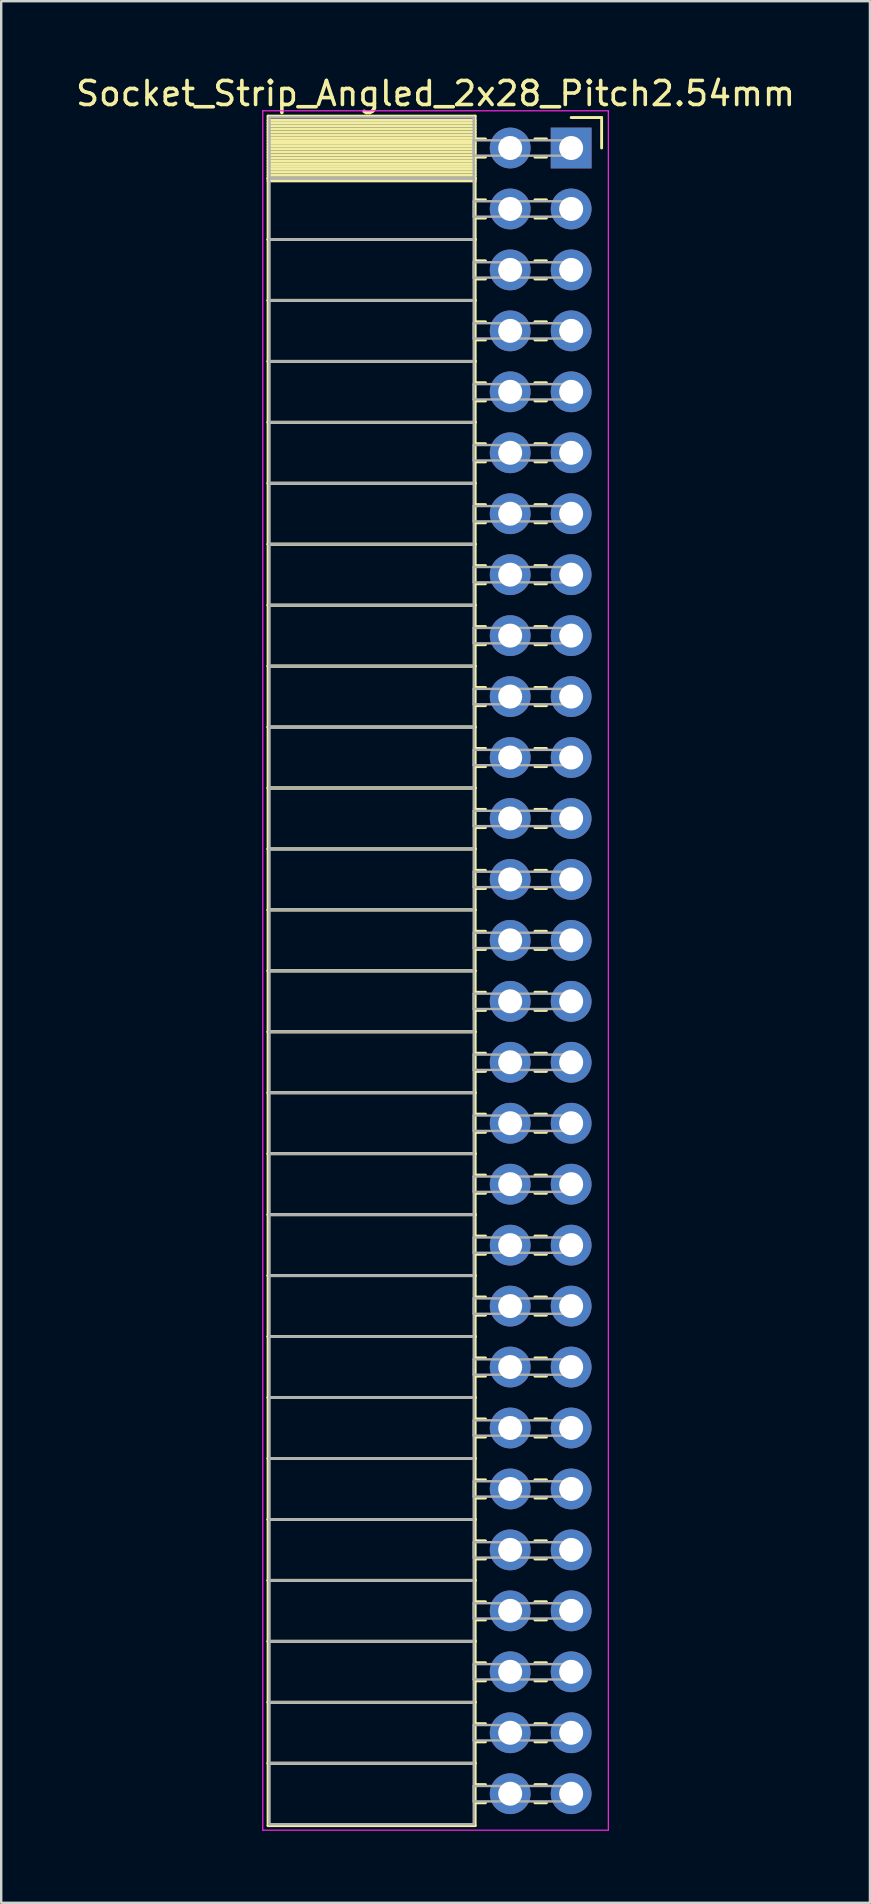
<source format=kicad_pcb>
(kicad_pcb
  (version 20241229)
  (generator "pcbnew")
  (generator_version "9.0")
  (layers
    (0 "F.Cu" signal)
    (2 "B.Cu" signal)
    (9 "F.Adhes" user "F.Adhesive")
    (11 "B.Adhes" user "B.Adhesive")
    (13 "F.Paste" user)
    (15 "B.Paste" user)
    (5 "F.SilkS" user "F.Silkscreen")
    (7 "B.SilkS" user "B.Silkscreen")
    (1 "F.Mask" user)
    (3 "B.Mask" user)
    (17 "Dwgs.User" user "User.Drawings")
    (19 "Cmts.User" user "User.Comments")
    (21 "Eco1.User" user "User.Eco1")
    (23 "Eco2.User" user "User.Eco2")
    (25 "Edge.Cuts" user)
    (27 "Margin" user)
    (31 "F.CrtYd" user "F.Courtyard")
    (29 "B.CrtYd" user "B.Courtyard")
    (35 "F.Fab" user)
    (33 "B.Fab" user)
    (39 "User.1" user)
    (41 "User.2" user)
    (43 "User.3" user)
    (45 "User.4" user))
  (footprint "Socket_Strip_Angled_2x28_Pitch2.54mm"
    (layer "F.Cu")
    (at 20.751 3.118)
    (property "Reference" "Socket_Strip_Angled_2x28_Pitch2.54mm" (at -5.65 -2.27 0) (layer "F.SilkS") (effects (font (size 1 1) (thickness 0.15))))
    (attr through_hole)
    (fp_line (start -12.63 -1.33) (end -4 -1.33) (stroke (width 0.12) (type solid)) (layer "F.SilkS"))
    (fp_line (start -12.63 1.27) (end -12.63 -1.33) (stroke (width 0.12) (type solid)) (layer "F.SilkS"))
    (fp_line (start -12.63 1.27) (end -4 1.27) (stroke (width 0.12) (type solid)) (layer "F.SilkS"))
    (fp_line (start -12.63 3.81) (end -12.63 1.27) (stroke (width 0.12) (type solid)) (layer "F.SilkS"))
    (fp_line (start -12.63 3.81) (end -4 3.81) (stroke (width 0.12) (type solid)) (layer "F.SilkS"))
    (fp_line (start -12.63 6.35) (end -12.63 3.81) (stroke (width 0.12) (type solid)) (layer "F.SilkS"))
    (fp_line (start -12.63 6.35) (end -4 6.35) (stroke (width 0.12) (type solid)) (layer "F.SilkS"))
    (fp_line (start -12.63 8.89) (end -12.63 6.35) (stroke (width 0.12) (type solid)) (layer "F.SilkS"))
    (fp_line (start -12.63 8.89) (end -4 8.89) (stroke (width 0.12) (type solid)) (layer "F.SilkS"))
    (fp_line (start -12.63 11.43) (end -12.63 8.89) (stroke (width 0.12) (type solid)) (layer "F.SilkS"))
    (fp_line (start -12.63 11.43) (end -4 11.43) (stroke (width 0.12) (type solid)) (layer "F.SilkS"))
    (fp_line (start -12.63 13.97) (end -12.63 11.43) (stroke (width 0.12) (type solid)) (layer "F.SilkS"))
    (fp_line (start -12.63 13.97) (end -4 13.97) (stroke (width 0.12) (type solid)) (layer "F.SilkS"))
    (fp_line (start -12.63 16.51) (end -12.63 13.97) (stroke (width 0.12) (type solid)) (layer "F.SilkS"))
    (fp_line (start -12.63 16.51) (end -4 16.51) (stroke (width 0.12) (type solid)) (layer "F.SilkS"))
    (fp_line (start -12.63 19.05) (end -12.63 16.51) (stroke (width 0.12) (type solid)) (layer "F.SilkS"))
    (fp_line (start -12.63 19.05) (end -4 19.05) (stroke (width 0.12) (type solid)) (layer "F.SilkS"))
    (fp_line (start -12.63 21.59) (end -12.63 19.05) (stroke (width 0.12) (type solid)) (layer "F.SilkS"))
    (fp_line (start -12.63 21.59) (end -4 21.59) (stroke (width 0.12) (type solid)) (layer "F.SilkS"))
    (fp_line (start -12.63 24.13) (end -12.63 21.59) (stroke (width 0.12) (type solid)) (layer "F.SilkS"))
    (fp_line (start -12.63 24.13) (end -4 24.13) (stroke (width 0.12) (type solid)) (layer "F.SilkS"))
    (fp_line (start -12.63 26.67) (end -12.63 24.13) (stroke (width 0.12) (type solid)) (layer "F.SilkS"))
    (fp_line (start -12.63 26.67) (end -4 26.67) (stroke (width 0.12) (type solid)) (layer "F.SilkS"))
    (fp_line (start -12.63 29.21) (end -12.63 26.67) (stroke (width 0.12) (type solid)) (layer "F.SilkS"))
    (fp_line (start -12.63 29.21) (end -4 29.21) (stroke (width 0.12) (type solid)) (layer "F.SilkS"))
    (fp_line (start -12.63 31.75) (end -12.63 29.21) (stroke (width 0.12) (type solid)) (layer "F.SilkS"))
    (fp_line (start -12.63 31.75) (end -4 31.75) (stroke (width 0.12) (type solid)) (layer "F.SilkS"))
    (fp_line (start -12.63 34.29) (end -12.63 31.75) (stroke (width 0.12) (type solid)) (layer "F.SilkS"))
    (fp_line (start -12.63 34.29) (end -4 34.29) (stroke (width 0.12) (type solid)) (layer "F.SilkS"))
    (fp_line (start -12.63 36.83) (end -12.63 34.29) (stroke (width 0.12) (type solid)) (layer "F.SilkS"))
    (fp_line (start -12.63 36.83) (end -4 36.83) (stroke (width 0.12) (type solid)) (layer "F.SilkS"))
    (fp_line (start -12.63 39.37) (end -12.63 36.83) (stroke (width 0.12) (type solid)) (layer "F.SilkS"))
    (fp_line (start -12.63 39.37) (end -4 39.37) (stroke (width 0.12) (type solid)) (layer "F.SilkS"))
    (fp_line (start -12.63 41.91) (end -12.63 39.37) (stroke (width 0.12) (type solid)) (layer "F.SilkS"))
    (fp_line (start -12.63 41.91) (end -4 41.91) (stroke (width 0.12) (type solid)) (layer "F.SilkS"))
    (fp_line (start -12.63 44.45) (end -12.63 41.91) (stroke (width 0.12) (type solid)) (layer "F.SilkS"))
    (fp_line (start -12.63 44.45) (end -4 44.45) (stroke (width 0.12) (type solid)) (layer "F.SilkS"))
    (fp_line (start -12.63 46.99) (end -12.63 44.45) (stroke (width 0.12) (type solid)) (layer "F.SilkS"))
    (fp_line (start -12.63 46.99) (end -4 46.99) (stroke (width 0.12) (type solid)) (layer "F.SilkS"))
    (fp_line (start -12.63 49.53) (end -12.63 46.99) (stroke (width 0.12) (type solid)) (layer "F.SilkS"))
    (fp_line (start -12.63 49.53) (end -4 49.53) (stroke (width 0.12) (type solid)) (layer "F.SilkS"))
    (fp_line (start -12.63 52.07) (end -12.63 49.53) (stroke (width 0.12) (type solid)) (layer "F.SilkS"))
    (fp_line (start -12.63 52.07) (end -4 52.07) (stroke (width 0.12) (type solid)) (layer "F.SilkS"))
    (fp_line (start -12.63 54.61) (end -12.63 52.07) (stroke (width 0.12) (type solid)) (layer "F.SilkS"))
    (fp_line (start -12.63 54.61) (end -4 54.61) (stroke (width 0.12) (type solid)) (layer "F.SilkS"))
    (fp_line (start -12.63 57.15) (end -12.63 54.61) (stroke (width 0.12) (type solid)) (layer "F.SilkS"))
    (fp_line (start -12.63 57.15) (end -4 57.15) (stroke (width 0.12) (type solid)) (layer "F.SilkS"))
    (fp_line (start -12.63 59.69) (end -12.63 57.15) (stroke (width 0.12) (type solid)) (layer "F.SilkS"))
    (fp_line (start -12.63 59.69) (end -4 59.69) (stroke (width 0.12) (type solid)) (layer "F.SilkS"))
    (fp_line (start -12.63 62.23) (end -12.63 59.69) (stroke (width 0.12) (type solid)) (layer "F.SilkS"))
    (fp_line (start -12.63 62.23) (end -4 62.23) (stroke (width 0.12) (type solid)) (layer "F.SilkS"))
    (fp_line (start -12.63 64.77) (end -12.63 62.23) (stroke (width 0.12) (type solid)) (layer "F.SilkS"))
    (fp_line (start -12.63 64.77) (end -4 64.77) (stroke (width 0.12) (type solid)) (layer "F.SilkS"))
    (fp_line (start -12.63 67.31) (end -12.63 64.77) (stroke (width 0.12) (type solid)) (layer "F.SilkS"))
    (fp_line (start -12.63 67.31) (end -4 67.31) (stroke (width 0.12) (type solid)) (layer "F.SilkS"))
    (fp_line (start -12.63 69.91) (end -12.63 67.31) (stroke (width 0.12) (type solid)) (layer "F.SilkS"))
    (fp_line (start -4 -1.33) (end -4 1.27) (stroke (width 0.12) (type solid)) (layer "F.SilkS"))
    (fp_line (start -4 -1.15) (end -12.63 -1.15) (stroke (width 0.12) (type solid)) (layer "F.SilkS"))
    (fp_line (start -4 -1.03) (end -12.63 -1.03) (stroke (width 0.12) (type solid)) (layer "F.SilkS"))
    (fp_line (start -4 -0.91) (end -12.63 -0.91) (stroke (width 0.12) (type solid)) (layer "F.SilkS"))
    (fp_line (start -4 -0.79) (end -12.63 -0.79) (stroke (width 0.12) (type solid)) (layer "F.SilkS"))
    (fp_line (start -4 -0.67) (end -12.63 -0.67) (stroke (width 0.12) (type solid)) (layer "F.SilkS"))
    (fp_line (start -4 -0.55) (end -12.63 -0.55) (stroke (width 0.12) (type solid)) (layer "F.SilkS"))
    (fp_line (start -4 -0.43) (end -12.63 -0.43) (stroke (width 0.12) (type solid)) (layer "F.SilkS"))
    (fp_line (start -4 -0.31) (end -12.63 -0.31) (stroke (width 0.12) (type solid)) (layer "F.SilkS"))
    (fp_line (start -4 -0.19) (end -12.63 -0.19) (stroke (width 0.12) (type solid)) (layer "F.SilkS"))
    (fp_line (start -4 -0.07) (end -12.63 -0.07) (stroke (width 0.12) (type solid)) (layer "F.SilkS"))
    (fp_line (start -4 0.05) (end -12.63 0.05) (stroke (width 0.12) (type solid)) (layer "F.SilkS"))
    (fp_line (start -4 0.17) (end -12.63 0.17) (stroke (width 0.12) (type solid)) (layer "F.SilkS"))
    (fp_line (start -4 0.29) (end -12.63 0.29) (stroke (width 0.12) (type solid)) (layer "F.SilkS"))
    (fp_line (start -4 0.41) (end -12.63 0.41) (stroke (width 0.12) (type solid)) (layer "F.SilkS"))
    (fp_line (start -4 0.53) (end -12.63 0.53) (stroke (width 0.12) (type solid)) (layer "F.SilkS"))
    (fp_line (start -4 0.65) (end -12.63 0.65) (stroke (width 0.12) (type solid)) (layer "F.SilkS"))
    (fp_line (start -4 0.77) (end -12.63 0.77) (stroke (width 0.12) (type solid)) (layer "F.SilkS"))
    (fp_line (start -4 0.89) (end -12.63 0.89) (stroke (width 0.12) (type solid)) (layer "F.SilkS"))
    (fp_line (start -4 1.01) (end -12.63 1.01) (stroke (width 0.12) (type solid)) (layer "F.SilkS"))
    (fp_line (start -4 1.13) (end -12.63 1.13) (stroke (width 0.12) (type solid)) (layer "F.SilkS"))
    (fp_line (start -4 1.25) (end -12.63 1.25) (stroke (width 0.12) (type solid)) (layer "F.SilkS"))
    (fp_line (start -4 1.27) (end -12.63 1.27) (stroke (width 0.12) (type solid)) (layer "F.SilkS"))
    (fp_line (start -4 1.27) (end -4 3.81) (stroke (width 0.12) (type solid)) (layer "F.SilkS"))
    (fp_line (start -4 1.37) (end -12.63 1.37) (stroke (width 0.12) (type solid)) (layer "F.SilkS"))
    (fp_line (start -4 3.81) (end -12.63 3.81) (stroke (width 0.12) (type solid)) (layer "F.SilkS"))
    (fp_line (start -4 3.81) (end -4 6.35) (stroke (width 0.12) (type solid)) (layer "F.SilkS"))
    (fp_line (start -4 6.35) (end -12.63 6.35) (stroke (width 0.12) (type solid)) (layer "F.SilkS"))
    (fp_line (start -4 6.35) (end -4 8.89) (stroke (width 0.12) (type solid)) (layer "F.SilkS"))
    (fp_line (start -4 8.89) (end -12.63 8.89) (stroke (width 0.12) (type solid)) (layer "F.SilkS"))
    (fp_line (start -4 8.89) (end -4 11.43) (stroke (width 0.12) (type solid)) (layer "F.SilkS"))
    (fp_line (start -4 11.43) (end -12.63 11.43) (stroke (width 0.12) (type solid)) (layer "F.SilkS"))
    (fp_line (start -4 11.43) (end -4 13.97) (stroke (width 0.12) (type solid)) (layer "F.SilkS"))
    (fp_line (start -4 13.97) (end -12.63 13.97) (stroke (width 0.12) (type solid)) (layer "F.SilkS"))
    (fp_line (start -4 13.97) (end -4 16.51) (stroke (width 0.12) (type solid)) (layer "F.SilkS"))
    (fp_line (start -4 16.51) (end -12.63 16.51) (stroke (width 0.12) (type solid)) (layer "F.SilkS"))
    (fp_line (start -4 16.51) (end -4 19.05) (stroke (width 0.12) (type solid)) (layer "F.SilkS"))
    (fp_line (start -4 19.05) (end -12.63 19.05) (stroke (width 0.12) (type solid)) (layer "F.SilkS"))
    (fp_line (start -4 19.05) (end -4 21.59) (stroke (width 0.12) (type solid)) (layer "F.SilkS"))
    (fp_line (start -4 21.59) (end -12.63 21.59) (stroke (width 0.12) (type solid)) (layer "F.SilkS"))
    (fp_line (start -4 21.59) (end -4 24.13) (stroke (width 0.12) (type solid)) (layer "F.SilkS"))
    (fp_line (start -4 24.13) (end -12.63 24.13) (stroke (width 0.12) (type solid)) (layer "F.SilkS"))
    (fp_line (start -4 24.13) (end -4 26.67) (stroke (width 0.12) (type solid)) (layer "F.SilkS"))
    (fp_line (start -4 26.67) (end -12.63 26.67) (stroke (width 0.12) (type solid)) (layer "F.SilkS"))
    (fp_line (start -4 26.67) (end -4 29.21) (stroke (width 0.12) (type solid)) (layer "F.SilkS"))
    (fp_line (start -4 29.21) (end -12.63 29.21) (stroke (width 0.12) (type solid)) (layer "F.SilkS"))
    (fp_line (start -4 29.21) (end -4 31.75) (stroke (width 0.12) (type solid)) (layer "F.SilkS"))
    (fp_line (start -4 31.75) (end -12.63 31.75) (stroke (width 0.12) (type solid)) (layer "F.SilkS"))
    (fp_line (start -4 31.75) (end -4 34.29) (stroke (width 0.12) (type solid)) (layer "F.SilkS"))
    (fp_line (start -4 34.29) (end -12.63 34.29) (stroke (width 0.12) (type solid)) (layer "F.SilkS"))
    (fp_line (start -4 34.29) (end -4 36.83) (stroke (width 0.12) (type solid)) (layer "F.SilkS"))
    (fp_line (start -4 36.83) (end -12.63 36.83) (stroke (width 0.12) (type solid)) (layer "F.SilkS"))
    (fp_line (start -4 36.83) (end -4 39.37) (stroke (width 0.12) (type solid)) (layer "F.SilkS"))
    (fp_line (start -4 39.37) (end -12.63 39.37) (stroke (width 0.12) (type solid)) (layer "F.SilkS"))
    (fp_line (start -4 39.37) (end -4 41.91) (stroke (width 0.12) (type solid)) (layer "F.SilkS"))
    (fp_line (start -4 41.91) (end -12.63 41.91) (stroke (width 0.12) (type solid)) (layer "F.SilkS"))
    (fp_line (start -4 41.91) (end -4 44.45) (stroke (width 0.12) (type solid)) (layer "F.SilkS"))
    (fp_line (start -4 44.45) (end -12.63 44.45) (stroke (width 0.12) (type solid)) (layer "F.SilkS"))
    (fp_line (start -4 44.45) (end -4 46.99) (stroke (width 0.12) (type solid)) (layer "F.SilkS"))
    (fp_line (start -4 46.99) (end -12.63 46.99) (stroke (width 0.12) (type solid)) (layer "F.SilkS"))
    (fp_line (start -4 46.99) (end -4 49.53) (stroke (width 0.12) (type solid)) (layer "F.SilkS"))
    (fp_line (start -4 49.53) (end -12.63 49.53) (stroke (width 0.12) (type solid)) (layer "F.SilkS"))
    (fp_line (start -4 49.53) (end -4 52.07) (stroke (width 0.12) (type solid)) (layer "F.SilkS"))
    (fp_line (start -4 52.07) (end -12.63 52.07) (stroke (width 0.12) (type solid)) (layer "F.SilkS"))
    (fp_line (start -4 52.07) (end -4 54.61) (stroke (width 0.12) (type solid)) (layer "F.SilkS"))
    (fp_line (start -4 54.61) (end -12.63 54.61) (stroke (width 0.12) (type solid)) (layer "F.SilkS"))
    (fp_line (start -4 54.61) (end -4 57.15) (stroke (width 0.12) (type solid)) (layer "F.SilkS"))
    (fp_line (start -4 57.15) (end -12.63 57.15) (stroke (width 0.12) (type solid)) (layer "F.SilkS"))
    (fp_line (start -4 57.15) (end -4 59.69) (stroke (width 0.12) (type solid)) (layer "F.SilkS"))
    (fp_line (start -4 59.69) (end -12.63 59.69) (stroke (width 0.12) (type solid)) (layer "F.SilkS"))
    (fp_line (start -4 59.69) (end -4 62.23) (stroke (width 0.12) (type solid)) (layer "F.SilkS"))
    (fp_line (start -4 62.23) (end -12.63 62.23) (stroke (width 0.12) (type solid)) (layer "F.SilkS"))
    (fp_line (start -4 62.23) (end -4 64.77) (stroke (width 0.12) (type solid)) (layer "F.SilkS"))
    (fp_line (start -4 64.77) (end -12.63 64.77) (stroke (width 0.12) (type solid)) (layer "F.SilkS"))
    (fp_line (start -4 64.77) (end -4 67.31) (stroke (width 0.12) (type solid)) (layer "F.SilkS"))
    (fp_line (start -4 67.31) (end -12.63 67.31) (stroke (width 0.12) (type solid)) (layer "F.SilkS"))
    (fp_line (start -4 67.31) (end -4 69.91) (stroke (width 0.12) (type solid)) (layer "F.SilkS"))
    (fp_line (start -4 69.91) (end -12.63 69.91) (stroke (width 0.12) (type solid)) (layer "F.SilkS"))
    (fp_line (start -3.57 -0.38) (end -4 -0.38) (stroke (width 0.12) (type solid)) (layer "F.SilkS"))
    (fp_line (start -3.57 0.38) (end -4 0.38) (stroke (width 0.12) (type solid)) (layer "F.SilkS"))
    (fp_line (start -3.57 2.16) (end -4 2.16) (stroke (width 0.12) (type solid)) (layer "F.SilkS"))
    (fp_line (start -3.57 2.92) (end -4 2.92) (stroke (width 0.12) (type solid)) (layer "F.SilkS"))
    (fp_line (start -3.57 4.7) (end -4 4.7) (stroke (width 0.12) (type solid)) (layer "F.SilkS"))
    (fp_line (start -3.57 5.46) (end -4 5.46) (stroke (width 0.12) (type solid)) (layer "F.SilkS"))
    (fp_line (start -3.57 7.24) (end -4 7.24) (stroke (width 0.12) (type solid)) (layer "F.SilkS"))
    (fp_line (start -3.57 8) (end -4 8) (stroke (width 0.12) (type solid)) (layer "F.SilkS"))
    (fp_line (start -3.57 9.78) (end -4 9.78) (stroke (width 0.12) (type solid)) (layer "F.SilkS"))
    (fp_line (start -3.57 10.54) (end -4 10.54) (stroke (width 0.12) (type solid)) (layer "F.SilkS"))
    (fp_line (start -3.57 12.32) (end -4 12.32) (stroke (width 0.12) (type solid)) (layer "F.SilkS"))
    (fp_line (start -3.57 13.08) (end -4 13.08) (stroke (width 0.12) (type solid)) (layer "F.SilkS"))
    (fp_line (start -3.57 14.86) (end -4 14.86) (stroke (width 0.12) (type solid)) (layer "F.SilkS"))
    (fp_line (start -3.57 15.62) (end -4 15.62) (stroke (width 0.12) (type solid)) (layer "F.SilkS"))
    (fp_line (start -3.57 17.4) (end -4 17.4) (stroke (width 0.12) (type solid)) (layer "F.SilkS"))
    (fp_line (start -3.57 18.16) (end -4 18.16) (stroke (width 0.12) (type solid)) (layer "F.SilkS"))
    (fp_line (start -3.57 19.94) (end -4 19.94) (stroke (width 0.12) (type solid)) (layer "F.SilkS"))
    (fp_line (start -3.57 20.7) (end -4 20.7) (stroke (width 0.12) (type solid)) (layer "F.SilkS"))
    (fp_line (start -3.57 22.48) (end -4 22.48) (stroke (width 0.12) (type solid)) (layer "F.SilkS"))
    (fp_line (start -3.57 23.24) (end -4 23.24) (stroke (width 0.12) (type solid)) (layer "F.SilkS"))
    (fp_line (start -3.57 25.02) (end -4 25.02) (stroke (width 0.12) (type solid)) (layer "F.SilkS"))
    (fp_line (start -3.57 25.78) (end -4 25.78) (stroke (width 0.12) (type solid)) (layer "F.SilkS"))
    (fp_line (start -3.57 27.56) (end -4 27.56) (stroke (width 0.12) (type solid)) (layer "F.SilkS"))
    (fp_line (start -3.57 28.32) (end -4 28.32) (stroke (width 0.12) (type solid)) (layer "F.SilkS"))
    (fp_line (start -3.57 30.1) (end -4 30.1) (stroke (width 0.12) (type solid)) (layer "F.SilkS"))
    (fp_line (start -3.57 30.86) (end -4 30.86) (stroke (width 0.12) (type solid)) (layer "F.SilkS"))
    (fp_line (start -3.57 32.64) (end -4 32.64) (stroke (width 0.12) (type solid)) (layer "F.SilkS"))
    (fp_line (start -3.57 33.4) (end -4 33.4) (stroke (width 0.12) (type solid)) (layer "F.SilkS"))
    (fp_line (start -3.57 35.18) (end -4 35.18) (stroke (width 0.12) (type solid)) (layer "F.SilkS"))
    (fp_line (start -3.57 35.94) (end -4 35.94) (stroke (width 0.12) (type solid)) (layer "F.SilkS"))
    (fp_line (start -3.57 37.72) (end -4 37.72) (stroke (width 0.12) (type solid)) (layer "F.SilkS"))
    (fp_line (start -3.57 38.48) (end -4 38.48) (stroke (width 0.12) (type solid)) (layer "F.SilkS"))
    (fp_line (start -3.57 40.26) (end -4 40.26) (stroke (width 0.12) (type solid)) (layer "F.SilkS"))
    (fp_line (start -3.57 41.02) (end -4 41.02) (stroke (width 0.12) (type solid)) (layer "F.SilkS"))
    (fp_line (start -3.57 42.8) (end -4 42.8) (stroke (width 0.12) (type solid)) (layer "F.SilkS"))
    (fp_line (start -3.57 43.56) (end -4 43.56) (stroke (width 0.12) (type solid)) (layer "F.SilkS"))
    (fp_line (start -3.57 45.34) (end -4 45.34) (stroke (width 0.12) (type solid)) (layer "F.SilkS"))
    (fp_line (start -3.57 46.1) (end -4 46.1) (stroke (width 0.12) (type solid)) (layer "F.SilkS"))
    (fp_line (start -3.57 47.88) (end -4 47.88) (stroke (width 0.12) (type solid)) (layer "F.SilkS"))
    (fp_line (start -3.57 48.64) (end -4 48.64) (stroke (width 0.12) (type solid)) (layer "F.SilkS"))
    (fp_line (start -3.57 50.42) (end -4 50.42) (stroke (width 0.12) (type solid)) (layer "F.SilkS"))
    (fp_line (start -3.57 51.18) (end -4 51.18) (stroke (width 0.12) (type solid)) (layer "F.SilkS"))
    (fp_line (start -3.57 52.96) (end -4 52.96) (stroke (width 0.12) (type solid)) (layer "F.SilkS"))
    (fp_line (start -3.57 53.72) (end -4 53.72) (stroke (width 0.12) (type solid)) (layer "F.SilkS"))
    (fp_line (start -3.57 55.5) (end -4 55.5) (stroke (width 0.12) (type solid)) (layer "F.SilkS"))
    (fp_line (start -3.57 56.26) (end -4 56.26) (stroke (width 0.12) (type solid)) (layer "F.SilkS"))
    (fp_line (start -3.57 58.04) (end -4 58.04) (stroke (width 0.12) (type solid)) (layer "F.SilkS"))
    (fp_line (start -3.57 58.8) (end -4 58.8) (stroke (width 0.12) (type solid)) (layer "F.SilkS"))
    (fp_line (start -3.57 60.58) (end -4 60.58) (stroke (width 0.12) (type solid)) (layer "F.SilkS"))
    (fp_line (start -3.57 61.34) (end -4 61.34) (stroke (width 0.12) (type solid)) (layer "F.SilkS"))
    (fp_line (start -3.57 63.12) (end -4 63.12) (stroke (width 0.12) (type solid)) (layer "F.SilkS"))
    (fp_line (start -3.57 63.88) (end -4 63.88) (stroke (width 0.12) (type solid)) (layer "F.SilkS"))
    (fp_line (start -3.57 65.66) (end -4 65.66) (stroke (width 0.12) (type solid)) (layer "F.SilkS"))
    (fp_line (start -3.57 66.42) (end -4 66.42) (stroke (width 0.12) (type solid)) (layer "F.SilkS"))
    (fp_line (start -3.57 68.2) (end -4 68.2) (stroke (width 0.12) (type solid)) (layer "F.SilkS"))
    (fp_line (start -3.57 68.96) (end -4 68.96) (stroke (width 0.12) (type solid)) (layer "F.SilkS"))
    (fp_line (start -1.03 -0.38) (end -1.51 -0.38) (stroke (width 0.12) (type solid)) (layer "F.SilkS"))
    (fp_line (start -1.03 0.38) (end -1.51 0.38) (stroke (width 0.12) (type solid)) (layer "F.SilkS"))
    (fp_line (start -1.03 2.16) (end -1.51 2.16) (stroke (width 0.12) (type solid)) (layer "F.SilkS"))
    (fp_line (start -1.03 2.92) (end -1.51 2.92) (stroke (width 0.12) (type solid)) (layer "F.SilkS"))
    (fp_line (start -1.03 4.7) (end -1.51 4.7) (stroke (width 0.12) (type solid)) (layer "F.SilkS"))
    (fp_line (start -1.03 5.46) (end -1.51 5.46) (stroke (width 0.12) (type solid)) (layer "F.SilkS"))
    (fp_line (start -1.03 7.24) (end -1.51 7.24) (stroke (width 0.12) (type solid)) (layer "F.SilkS"))
    (fp_line (start -1.03 8) (end -1.51 8) (stroke (width 0.12) (type solid)) (layer "F.SilkS"))
    (fp_line (start -1.03 9.78) (end -1.51 9.78) (stroke (width 0.12) (type solid)) (layer "F.SilkS"))
    (fp_line (start -1.03 10.54) (end -1.51 10.54) (stroke (width 0.12) (type solid)) (layer "F.SilkS"))
    (fp_line (start -1.03 12.32) (end -1.51 12.32) (stroke (width 0.12) (type solid)) (layer "F.SilkS"))
    (fp_line (start -1.03 13.08) (end -1.51 13.08) (stroke (width 0.12) (type solid)) (layer "F.SilkS"))
    (fp_line (start -1.03 14.86) (end -1.51 14.86) (stroke (width 0.12) (type solid)) (layer "F.SilkS"))
    (fp_line (start -1.03 15.62) (end -1.51 15.62) (stroke (width 0.12) (type solid)) (layer "F.SilkS"))
    (fp_line (start -1.03 17.4) (end -1.51 17.4) (stroke (width 0.12) (type solid)) (layer "F.SilkS"))
    (fp_line (start -1.03 18.16) (end -1.51 18.16) (stroke (width 0.12) (type solid)) (layer "F.SilkS"))
    (fp_line (start -1.03 19.94) (end -1.51 19.94) (stroke (width 0.12) (type solid)) (layer "F.SilkS"))
    (fp_line (start -1.03 20.7) (end -1.51 20.7) (stroke (width 0.12) (type solid)) (layer "F.SilkS"))
    (fp_line (start -1.03 22.48) (end -1.51 22.48) (stroke (width 0.12) (type solid)) (layer "F.SilkS"))
    (fp_line (start -1.03 23.24) (end -1.51 23.24) (stroke (width 0.12) (type solid)) (layer "F.SilkS"))
    (fp_line (start -1.03 25.02) (end -1.51 25.02) (stroke (width 0.12) (type solid)) (layer "F.SilkS"))
    (fp_line (start -1.03 25.78) (end -1.51 25.78) (stroke (width 0.12) (type solid)) (layer "F.SilkS"))
    (fp_line (start -1.03 27.56) (end -1.51 27.56) (stroke (width 0.12) (type solid)) (layer "F.SilkS"))
    (fp_line (start -1.03 28.32) (end -1.51 28.32) (stroke (width 0.12) (type solid)) (layer "F.SilkS"))
    (fp_line (start -1.03 30.1) (end -1.51 30.1) (stroke (width 0.12) (type solid)) (layer "F.SilkS"))
    (fp_line (start -1.03 30.86) (end -1.51 30.86) (stroke (width 0.12) (type solid)) (layer "F.SilkS"))
    (fp_line (start -1.03 32.64) (end -1.51 32.64) (stroke (width 0.12) (type solid)) (layer "F.SilkS"))
    (fp_line (start -1.03 33.4) (end -1.51 33.4) (stroke (width 0.12) (type solid)) (layer "F.SilkS"))
    (fp_line (start -1.03 35.18) (end -1.51 35.18) (stroke (width 0.12) (type solid)) (layer "F.SilkS"))
    (fp_line (start -1.03 35.94) (end -1.51 35.94) (stroke (width 0.12) (type solid)) (layer "F.SilkS"))
    (fp_line (start -1.03 37.72) (end -1.51 37.72) (stroke (width 0.12) (type solid)) (layer "F.SilkS"))
    (fp_line (start -1.03 38.48) (end -1.51 38.48) (stroke (width 0.12) (type solid)) (layer "F.SilkS"))
    (fp_line (start -1.03 40.26) (end -1.51 40.26) (stroke (width 0.12) (type solid)) (layer "F.SilkS"))
    (fp_line (start -1.03 41.02) (end -1.51 41.02) (stroke (width 0.12) (type solid)) (layer "F.SilkS"))
    (fp_line (start -1.03 42.8) (end -1.51 42.8) (stroke (width 0.12) (type solid)) (layer "F.SilkS"))
    (fp_line (start -1.03 43.56) (end -1.51 43.56) (stroke (width 0.12) (type solid)) (layer "F.SilkS"))
    (fp_line (start -1.03 45.34) (end -1.51 45.34) (stroke (width 0.12) (type solid)) (layer "F.SilkS"))
    (fp_line (start -1.03 46.1) (end -1.51 46.1) (stroke (width 0.12) (type solid)) (layer "F.SilkS"))
    (fp_line (start -1.03 47.88) (end -1.51 47.88) (stroke (width 0.12) (type solid)) (layer "F.SilkS"))
    (fp_line (start -1.03 48.64) (end -1.51 48.64) (stroke (width 0.12) (type solid)) (layer "F.SilkS"))
    (fp_line (start -1.03 50.42) (end -1.51 50.42) (stroke (width 0.12) (type solid)) (layer "F.SilkS"))
    (fp_line (start -1.03 51.18) (end -1.51 51.18) (stroke (width 0.12) (type solid)) (layer "F.SilkS"))
    (fp_line (start -1.03 52.96) (end -1.51 52.96) (stroke (width 0.12) (type solid)) (layer "F.SilkS"))
    (fp_line (start -1.03 53.72) (end -1.51 53.72) (stroke (width 0.12) (type solid)) (layer "F.SilkS"))
    (fp_line (start -1.03 55.5) (end -1.51 55.5) (stroke (width 0.12) (type solid)) (layer "F.SilkS"))
    (fp_line (start -1.03 56.26) (end -1.51 56.26) (stroke (width 0.12) (type solid)) (layer "F.SilkS"))
    (fp_line (start -1.03 58.04) (end -1.51 58.04) (stroke (width 0.12) (type solid)) (layer "F.SilkS"))
    (fp_line (start -1.03 58.8) (end -1.51 58.8) (stroke (width 0.12) (type solid)) (layer "F.SilkS"))
    (fp_line (start -1.03 60.58) (end -1.51 60.58) (stroke (width 0.12) (type solid)) (layer "F.SilkS"))
    (fp_line (start -1.03 61.34) (end -1.51 61.34) (stroke (width 0.12) (type solid)) (layer "F.SilkS"))
    (fp_line (start -1.03 63.12) (end -1.51 63.12) (stroke (width 0.12) (type solid)) (layer "F.SilkS"))
    (fp_line (start -1.03 63.88) (end -1.51 63.88) (stroke (width 0.12) (type solid)) (layer "F.SilkS"))
    (fp_line (start -1.03 65.66) (end -1.51 65.66) (stroke (width 0.12) (type solid)) (layer "F.SilkS"))
    (fp_line (start -1.03 66.42) (end -1.51 66.42) (stroke (width 0.12) (type solid)) (layer "F.SilkS"))
    (fp_line (start -1.03 68.2) (end -1.51 68.2) (stroke (width 0.12) (type solid)) (layer "F.SilkS"))
    (fp_line (start -1.03 68.96) (end -1.51 68.96) (stroke (width 0.12) (type solid)) (layer "F.SilkS"))
    (fp_line (start 0 -1.27) (end 1.27 -1.27) (stroke (width 0.12) (type solid)) (layer "F.SilkS"))
    (fp_line (start 1.27 -1.27) (end 1.27 0) (stroke (width 0.12) (type solid)) (layer "F.SilkS"))
    (fp_line (start -12.85 -1.55) (end 1.55 -1.55) (stroke (width 0.05) (type solid)) (layer "F.CrtYd"))
    (fp_line (start -12.85 70.1) (end -12.85 -1.55) (stroke (width 0.05) (type solid)) (layer "F.CrtYd"))
    (fp_line (start 1.55 -1.55) (end 1.55 70.1) (stroke (width 0.05) (type solid)) (layer "F.CrtYd"))
    (fp_line (start 1.55 70.1) (end -12.85 70.1) (stroke (width 0.05) (type solid)) (layer "F.CrtYd"))
    (fp_line (start -12.57 -1.27) (end -4.06 -1.27) (stroke (width 0.1) (type solid)) (layer "F.Fab"))
    (fp_line (start -12.57 1.27) (end -12.57 -1.27) (stroke (width 0.1) (type solid)) (layer "F.Fab"))
    (fp_line (start -12.57 1.27) (end -4.06 1.27) (stroke (width 0.1) (type solid)) (layer "F.Fab"))
    (fp_line (start -12.57 3.81) (end -12.57 1.27) (stroke (width 0.1) (type solid)) (layer "F.Fab"))
    (fp_line (start -12.57 3.81) (end -4.06 3.81) (stroke (width 0.1) (type solid)) (layer "F.Fab"))
    (fp_line (start -12.57 6.35) (end -12.57 3.81) (stroke (width 0.1) (type solid)) (layer "F.Fab"))
    (fp_line (start -12.57 6.35) (end -4.06 6.35) (stroke (width 0.1) (type solid)) (layer "F.Fab"))
    (fp_line (start -12.57 8.89) (end -12.57 6.35) (stroke (width 0.1) (type solid)) (layer "F.Fab"))
    (fp_line (start -12.57 8.89) (end -4.06 8.89) (stroke (width 0.1) (type solid)) (layer "F.Fab"))
    (fp_line (start -12.57 11.43) (end -12.57 8.89) (stroke (width 0.1) (type solid)) (layer "F.Fab"))
    (fp_line (start -12.57 11.43) (end -4.06 11.43) (stroke (width 0.1) (type solid)) (layer "F.Fab"))
    (fp_line (start -12.57 13.97) (end -12.57 11.43) (stroke (width 0.1) (type solid)) (layer "F.Fab"))
    (fp_line (start -12.57 13.97) (end -4.06 13.97) (stroke (width 0.1) (type solid)) (layer "F.Fab"))
    (fp_line (start -12.57 16.51) (end -12.57 13.97) (stroke (width 0.1) (type solid)) (layer "F.Fab"))
    (fp_line (start -12.57 16.51) (end -4.06 16.51) (stroke (width 0.1) (type solid)) (layer "F.Fab"))
    (fp_line (start -12.57 19.05) (end -12.57 16.51) (stroke (width 0.1) (type solid)) (layer "F.Fab"))
    (fp_line (start -12.57 19.05) (end -4.06 19.05) (stroke (width 0.1) (type solid)) (layer "F.Fab"))
    (fp_line (start -12.57 21.59) (end -12.57 19.05) (stroke (width 0.1) (type solid)) (layer "F.Fab"))
    (fp_line (start -12.57 21.59) (end -4.06 21.59) (stroke (width 0.1) (type solid)) (layer "F.Fab"))
    (fp_line (start -12.57 24.13) (end -12.57 21.59) (stroke (width 0.1) (type solid)) (layer "F.Fab"))
    (fp_line (start -12.57 24.13) (end -4.06 24.13) (stroke (width 0.1) (type solid)) (layer "F.Fab"))
    (fp_line (start -12.57 26.67) (end -12.57 24.13) (stroke (width 0.1) (type solid)) (layer "F.Fab"))
    (fp_line (start -12.57 26.67) (end -4.06 26.67) (stroke (width 0.1) (type solid)) (layer "F.Fab"))
    (fp_line (start -12.57 29.21) (end -12.57 26.67) (stroke (width 0.1) (type solid)) (layer "F.Fab"))
    (fp_line (start -12.57 29.21) (end -4.06 29.21) (stroke (width 0.1) (type solid)) (layer "F.Fab"))
    (fp_line (start -12.57 31.75) (end -12.57 29.21) (stroke (width 0.1) (type solid)) (layer "F.Fab"))
    (fp_line (start -12.57 31.75) (end -4.06 31.75) (stroke (width 0.1) (type solid)) (layer "F.Fab"))
    (fp_line (start -12.57 34.29) (end -12.57 31.75) (stroke (width 0.1) (type solid)) (layer "F.Fab"))
    (fp_line (start -12.57 34.29) (end -4.06 34.29) (stroke (width 0.1) (type solid)) (layer "F.Fab"))
    (fp_line (start -12.57 36.83) (end -12.57 34.29) (stroke (width 0.1) (type solid)) (layer "F.Fab"))
    (fp_line (start -12.57 36.83) (end -4.06 36.83) (stroke (width 0.1) (type solid)) (layer "F.Fab"))
    (fp_line (start -12.57 39.37) (end -12.57 36.83) (stroke (width 0.1) (type solid)) (layer "F.Fab"))
    (fp_line (start -12.57 39.37) (end -4.06 39.37) (stroke (width 0.1) (type solid)) (layer "F.Fab"))
    (fp_line (start -12.57 41.91) (end -12.57 39.37) (stroke (width 0.1) (type solid)) (layer "F.Fab"))
    (fp_line (start -12.57 41.91) (end -4.06 41.91) (stroke (width 0.1) (type solid)) (layer "F.Fab"))
    (fp_line (start -12.57 44.45) (end -12.57 41.91) (stroke (width 0.1) (type solid)) (layer "F.Fab"))
    (fp_line (start -12.57 44.45) (end -4.06 44.45) (stroke (width 0.1) (type solid)) (layer "F.Fab"))
    (fp_line (start -12.57 46.99) (end -12.57 44.45) (stroke (width 0.1) (type solid)) (layer "F.Fab"))
    (fp_line (start -12.57 46.99) (end -4.06 46.99) (stroke (width 0.1) (type solid)) (layer "F.Fab"))
    (fp_line (start -12.57 49.53) (end -12.57 46.99) (stroke (width 0.1) (type solid)) (layer "F.Fab"))
    (fp_line (start -12.57 49.53) (end -4.06 49.53) (stroke (width 0.1) (type solid)) (layer "F.Fab"))
    (fp_line (start -12.57 52.07) (end -12.57 49.53) (stroke (width 0.1) (type solid)) (layer "F.Fab"))
    (fp_line (start -12.57 52.07) (end -4.06 52.07) (stroke (width 0.1) (type solid)) (layer "F.Fab"))
    (fp_line (start -12.57 54.61) (end -12.57 52.07) (stroke (width 0.1) (type solid)) (layer "F.Fab"))
    (fp_line (start -12.57 54.61) (end -4.06 54.61) (stroke (width 0.1) (type solid)) (layer "F.Fab"))
    (fp_line (start -12.57 57.15) (end -12.57 54.61) (stroke (width 0.1) (type solid)) (layer "F.Fab"))
    (fp_line (start -12.57 57.15) (end -4.06 57.15) (stroke (width 0.1) (type solid)) (layer "F.Fab"))
    (fp_line (start -12.57 59.69) (end -12.57 57.15) (stroke (width 0.1) (type solid)) (layer "F.Fab"))
    (fp_line (start -12.57 59.69) (end -4.06 59.69) (stroke (width 0.1) (type solid)) (layer "F.Fab"))
    (fp_line (start -12.57 62.23) (end -12.57 59.69) (stroke (width 0.1) (type solid)) (layer "F.Fab"))
    (fp_line (start -12.57 62.23) (end -4.06 62.23) (stroke (width 0.1) (type solid)) (layer "F.Fab"))
    (fp_line (start -12.57 64.77) (end -12.57 62.23) (stroke (width 0.1) (type solid)) (layer "F.Fab"))
    (fp_line (start -12.57 64.77) (end -4.06 64.77) (stroke (width 0.1) (type solid)) (layer "F.Fab"))
    (fp_line (start -12.57 67.31) (end -12.57 64.77) (stroke (width 0.1) (type solid)) (layer "F.Fab"))
    (fp_line (start -12.57 67.31) (end -4.06 67.31) (stroke (width 0.1) (type solid)) (layer "F.Fab"))
    (fp_line (start -12.57 69.85) (end -12.57 67.31) (stroke (width 0.1) (type solid)) (layer "F.Fab"))
    (fp_line (start -4.06 -1.27) (end -4.06 1.27) (stroke (width 0.1) (type solid)) (layer "F.Fab"))
    (fp_line (start -4.06 -0.32) (end 0 -0.32) (stroke (width 0.1) (type solid)) (layer "F.Fab"))
    (fp_line (start -4.06 0.32) (end -4.06 -0.32) (stroke (width 0.1) (type solid)) (layer "F.Fab"))
    (fp_line (start -4.06 1.27) (end -12.57 1.27) (stroke (width 0.1) (type solid)) (layer "F.Fab"))
    (fp_line (start -4.06 1.27) (end -4.06 3.81) (stroke (width 0.1) (type solid)) (layer "F.Fab"))
    (fp_line (start -4.06 2.22) (end 0 2.22) (stroke (width 0.1) (type solid)) (layer "F.Fab"))
    (fp_line (start -4.06 2.86) (end -4.06 2.22) (stroke (width 0.1) (type solid)) (layer "F.Fab"))
    (fp_line (start -4.06 3.81) (end -12.57 3.81) (stroke (width 0.1) (type solid)) (layer "F.Fab"))
    (fp_line (start -4.06 3.81) (end -4.06 6.35) (stroke (width 0.1) (type solid)) (layer "F.Fab"))
    (fp_line (start -4.06 4.76) (end 0 4.76) (stroke (width 0.1) (type solid)) (layer "F.Fab"))
    (fp_line (start -4.06 5.4) (end -4.06 4.76) (stroke (width 0.1) (type solid)) (layer "F.Fab"))
    (fp_line (start -4.06 6.35) (end -12.57 6.35) (stroke (width 0.1) (type solid)) (layer "F.Fab"))
    (fp_line (start -4.06 6.35) (end -4.06 8.89) (stroke (width 0.1) (type solid)) (layer "F.Fab"))
    (fp_line (start -4.06 7.3) (end 0 7.3) (stroke (width 0.1) (type solid)) (layer "F.Fab"))
    (fp_line (start -4.06 7.94) (end -4.06 7.3) (stroke (width 0.1) (type solid)) (layer "F.Fab"))
    (fp_line (start -4.06 8.89) (end -12.57 8.89) (stroke (width 0.1) (type solid)) (layer "F.Fab"))
    (fp_line (start -4.06 8.89) (end -4.06 11.43) (stroke (width 0.1) (type solid)) (layer "F.Fab"))
    (fp_line (start -4.06 9.84) (end 0 9.84) (stroke (width 0.1) (type solid)) (layer "F.Fab"))
    (fp_line (start -4.06 10.48) (end -4.06 9.84) (stroke (width 0.1) (type solid)) (layer "F.Fab"))
    (fp_line (start -4.06 11.43) (end -12.57 11.43) (stroke (width 0.1) (type solid)) (layer "F.Fab"))
    (fp_line (start -4.06 11.43) (end -4.06 13.97) (stroke (width 0.1) (type solid)) (layer "F.Fab"))
    (fp_line (start -4.06 12.38) (end 0 12.38) (stroke (width 0.1) (type solid)) (layer "F.Fab"))
    (fp_line (start -4.06 13.02) (end -4.06 12.38) (stroke (width 0.1) (type solid)) (layer "F.Fab"))
    (fp_line (start -4.06 13.97) (end -12.57 13.97) (stroke (width 0.1) (type solid)) (layer "F.Fab"))
    (fp_line (start -4.06 13.97) (end -4.06 16.51) (stroke (width 0.1) (type solid)) (layer "F.Fab"))
    (fp_line (start -4.06 14.92) (end 0 14.92) (stroke (width 0.1) (type solid)) (layer "F.Fab"))
    (fp_line (start -4.06 15.56) (end -4.06 14.92) (stroke (width 0.1) (type solid)) (layer "F.Fab"))
    (fp_line (start -4.06 16.51) (end -12.57 16.51) (stroke (width 0.1) (type solid)) (layer "F.Fab"))
    (fp_line (start -4.06 16.51) (end -4.06 19.05) (stroke (width 0.1) (type solid)) (layer "F.Fab"))
    (fp_line (start -4.06 17.46) (end 0 17.46) (stroke (width 0.1) (type solid)) (layer "F.Fab"))
    (fp_line (start -4.06 18.1) (end -4.06 17.46) (stroke (width 0.1) (type solid)) (layer "F.Fab"))
    (fp_line (start -4.06 19.05) (end -12.57 19.05) (stroke (width 0.1) (type solid)) (layer "F.Fab"))
    (fp_line (start -4.06 19.05) (end -4.06 21.59) (stroke (width 0.1) (type solid)) (layer "F.Fab"))
    (fp_line (start -4.06 20) (end 0 20) (stroke (width 0.1) (type solid)) (layer "F.Fab"))
    (fp_line (start -4.06 20.64) (end -4.06 20) (stroke (width 0.1) (type solid)) (layer "F.Fab"))
    (fp_line (start -4.06 21.59) (end -12.57 21.59) (stroke (width 0.1) (type solid)) (layer "F.Fab"))
    (fp_line (start -4.06 21.59) (end -4.06 24.13) (stroke (width 0.1) (type solid)) (layer "F.Fab"))
    (fp_line (start -4.06 22.54) (end 0 22.54) (stroke (width 0.1) (type solid)) (layer "F.Fab"))
    (fp_line (start -4.06 23.18) (end -4.06 22.54) (stroke (width 0.1) (type solid)) (layer "F.Fab"))
    (fp_line (start -4.06 24.13) (end -12.57 24.13) (stroke (width 0.1) (type solid)) (layer "F.Fab"))
    (fp_line (start -4.06 24.13) (end -4.06 26.67) (stroke (width 0.1) (type solid)) (layer "F.Fab"))
    (fp_line (start -4.06 25.08) (end 0 25.08) (stroke (width 0.1) (type solid)) (layer "F.Fab"))
    (fp_line (start -4.06 25.72) (end -4.06 25.08) (stroke (width 0.1) (type solid)) (layer "F.Fab"))
    (fp_line (start -4.06 26.67) (end -12.57 26.67) (stroke (width 0.1) (type solid)) (layer "F.Fab"))
    (fp_line (start -4.06 26.67) (end -4.06 29.21) (stroke (width 0.1) (type solid)) (layer "F.Fab"))
    (fp_line (start -4.06 27.62) (end 0 27.62) (stroke (width 0.1) (type solid)) (layer "F.Fab"))
    (fp_line (start -4.06 28.26) (end -4.06 27.62) (stroke (width 0.1) (type solid)) (layer "F.Fab"))
    (fp_line (start -4.06 29.21) (end -12.57 29.21) (stroke (width 0.1) (type solid)) (layer "F.Fab"))
    (fp_line (start -4.06 29.21) (end -4.06 31.75) (stroke (width 0.1) (type solid)) (layer "F.Fab"))
    (fp_line (start -4.06 30.16) (end 0 30.16) (stroke (width 0.1) (type solid)) (layer "F.Fab"))
    (fp_line (start -4.06 30.8) (end -4.06 30.16) (stroke (width 0.1) (type solid)) (layer "F.Fab"))
    (fp_line (start -4.06 31.75) (end -12.57 31.75) (stroke (width 0.1) (type solid)) (layer "F.Fab"))
    (fp_line (start -4.06 31.75) (end -4.06 34.29) (stroke (width 0.1) (type solid)) (layer "F.Fab"))
    (fp_line (start -4.06 32.7) (end 0 32.7) (stroke (width 0.1) (type solid)) (layer "F.Fab"))
    (fp_line (start -4.06 33.34) (end -4.06 32.7) (stroke (width 0.1) (type solid)) (layer "F.Fab"))
    (fp_line (start -4.06 34.29) (end -12.57 34.29) (stroke (width 0.1) (type solid)) (layer "F.Fab"))
    (fp_line (start -4.06 34.29) (end -4.06 36.83) (stroke (width 0.1) (type solid)) (layer "F.Fab"))
    (fp_line (start -4.06 35.24) (end 0 35.24) (stroke (width 0.1) (type solid)) (layer "F.Fab"))
    (fp_line (start -4.06 35.88) (end -4.06 35.24) (stroke (width 0.1) (type solid)) (layer "F.Fab"))
    (fp_line (start -4.06 36.83) (end -12.57 36.83) (stroke (width 0.1) (type solid)) (layer "F.Fab"))
    (fp_line (start -4.06 36.83) (end -4.06 39.37) (stroke (width 0.1) (type solid)) (layer "F.Fab"))
    (fp_line (start -4.06 37.78) (end 0 37.78) (stroke (width 0.1) (type solid)) (layer "F.Fab"))
    (fp_line (start -4.06 38.42) (end -4.06 37.78) (stroke (width 0.1) (type solid)) (layer "F.Fab"))
    (fp_line (start -4.06 39.37) (end -12.57 39.37) (stroke (width 0.1) (type solid)) (layer "F.Fab"))
    (fp_line (start -4.06 39.37) (end -4.06 41.91) (stroke (width 0.1) (type solid)) (layer "F.Fab"))
    (fp_line (start -4.06 40.32) (end 0 40.32) (stroke (width 0.1) (type solid)) (layer "F.Fab"))
    (fp_line (start -4.06 40.96) (end -4.06 40.32) (stroke (width 0.1) (type solid)) (layer "F.Fab"))
    (fp_line (start -4.06 41.91) (end -12.57 41.91) (stroke (width 0.1) (type solid)) (layer "F.Fab"))
    (fp_line (start -4.06 41.91) (end -4.06 44.45) (stroke (width 0.1) (type solid)) (layer "F.Fab"))
    (fp_line (start -4.06 42.86) (end 0 42.86) (stroke (width 0.1) (type solid)) (layer "F.Fab"))
    (fp_line (start -4.06 43.5) (end -4.06 42.86) (stroke (width 0.1) (type solid)) (layer "F.Fab"))
    (fp_line (start -4.06 44.45) (end -12.57 44.45) (stroke (width 0.1) (type solid)) (layer "F.Fab"))
    (fp_line (start -4.06 44.45) (end -4.06 46.99) (stroke (width 0.1) (type solid)) (layer "F.Fab"))
    (fp_line (start -4.06 45.4) (end 0 45.4) (stroke (width 0.1) (type solid)) (layer "F.Fab"))
    (fp_line (start -4.06 46.04) (end -4.06 45.4) (stroke (width 0.1) (type solid)) (layer "F.Fab"))
    (fp_line (start -4.06 46.99) (end -12.57 46.99) (stroke (width 0.1) (type solid)) (layer "F.Fab"))
    (fp_line (start -4.06 46.99) (end -4.06 49.53) (stroke (width 0.1) (type solid)) (layer "F.Fab"))
    (fp_line (start -4.06 47.94) (end 0 47.94) (stroke (width 0.1) (type solid)) (layer "F.Fab"))
    (fp_line (start -4.06 48.58) (end -4.06 47.94) (stroke (width 0.1) (type solid)) (layer "F.Fab"))
    (fp_line (start -4.06 49.53) (end -12.57 49.53) (stroke (width 0.1) (type solid)) (layer "F.Fab"))
    (fp_line (start -4.06 49.53) (end -4.06 52.07) (stroke (width 0.1) (type solid)) (layer "F.Fab"))
    (fp_line (start -4.06 50.48) (end 0 50.48) (stroke (width 0.1) (type solid)) (layer "F.Fab"))
    (fp_line (start -4.06 51.12) (end -4.06 50.48) (stroke (width 0.1) (type solid)) (layer "F.Fab"))
    (fp_line (start -4.06 52.07) (end -12.57 52.07) (stroke (width 0.1) (type solid)) (layer "F.Fab"))
    (fp_line (start -4.06 52.07) (end -4.06 54.61) (stroke (width 0.1) (type solid)) (layer "F.Fab"))
    (fp_line (start -4.06 53.02) (end 0 53.02) (stroke (width 0.1) (type solid)) (layer "F.Fab"))
    (fp_line (start -4.06 53.66) (end -4.06 53.02) (stroke (width 0.1) (type solid)) (layer "F.Fab"))
    (fp_line (start -4.06 54.61) (end -12.57 54.61) (stroke (width 0.1) (type solid)) (layer "F.Fab"))
    (fp_line (start -4.06 54.61) (end -4.06 57.15) (stroke (width 0.1) (type solid)) (layer "F.Fab"))
    (fp_line (start -4.06 55.56) (end 0 55.56) (stroke (width 0.1) (type solid)) (layer "F.Fab"))
    (fp_line (start -4.06 56.2) (end -4.06 55.56) (stroke (width 0.1) (type solid)) (layer "F.Fab"))
    (fp_line (start -4.06 57.15) (end -12.57 57.15) (stroke (width 0.1) (type solid)) (layer "F.Fab"))
    (fp_line (start -4.06 57.15) (end -4.06 59.69) (stroke (width 0.1) (type solid)) (layer "F.Fab"))
    (fp_line (start -4.06 58.1) (end 0 58.1) (stroke (width 0.1) (type solid)) (layer "F.Fab"))
    (fp_line (start -4.06 58.74) (end -4.06 58.1) (stroke (width 0.1) (type solid)) (layer "F.Fab"))
    (fp_line (start -4.06 59.69) (end -12.57 59.69) (stroke (width 0.1) (type solid)) (layer "F.Fab"))
    (fp_line (start -4.06 59.69) (end -4.06 62.23) (stroke (width 0.1) (type solid)) (layer "F.Fab"))
    (fp_line (start -4.06 60.64) (end 0 60.64) (stroke (width 0.1) (type solid)) (layer "F.Fab"))
    (fp_line (start -4.06 61.28) (end -4.06 60.64) (stroke (width 0.1) (type solid)) (layer "F.Fab"))
    (fp_line (start -4.06 62.23) (end -12.57 62.23) (stroke (width 0.1) (type solid)) (layer "F.Fab"))
    (fp_line (start -4.06 62.23) (end -4.06 64.77) (stroke (width 0.1) (type solid)) (layer "F.Fab"))
    (fp_line (start -4.06 63.18) (end 0 63.18) (stroke (width 0.1) (type solid)) (layer "F.Fab"))
    (fp_line (start -4.06 63.82) (end -4.06 63.18) (stroke (width 0.1) (type solid)) (layer "F.Fab"))
    (fp_line (start -4.06 64.77) (end -12.57 64.77) (stroke (width 0.1) (type solid)) (layer "F.Fab"))
    (fp_line (start -4.06 64.77) (end -4.06 67.31) (stroke (width 0.1) (type solid)) (layer "F.Fab"))
    (fp_line (start -4.06 65.72) (end 0 65.72) (stroke (width 0.1) (type solid)) (layer "F.Fab"))
    (fp_line (start -4.06 66.36) (end -4.06 65.72) (stroke (width 0.1) (type solid)) (layer "F.Fab"))
    (fp_line (start -4.06 67.31) (end -12.57 67.31) (stroke (width 0.1) (type solid)) (layer "F.Fab"))
    (fp_line (start -4.06 67.31) (end -4.06 69.85) (stroke (width 0.1) (type solid)) (layer "F.Fab"))
    (fp_line (start -4.06 68.26) (end 0 68.26) (stroke (width 0.1) (type solid)) (layer "F.Fab"))
    (fp_line (start -4.06 68.9) (end -4.06 68.26) (stroke (width 0.1) (type solid)) (layer "F.Fab"))
    (fp_line (start -4.06 69.85) (end -12.57 69.85) (stroke (width 0.1) (type solid)) (layer "F.Fab"))
    (fp_line (start 0 -0.32) (end 0 0.32) (stroke (width 0.1) (type solid)) (layer "F.Fab"))
    (fp_line (start 0 0.32) (end -4.06 0.32) (stroke (width 0.1) (type solid)) (layer "F.Fab"))
    (fp_line (start 0 2.22) (end 0 2.86) (stroke (width 0.1) (type solid)) (layer "F.Fab"))
    (fp_line (start 0 2.86) (end -4.06 2.86) (stroke (width 0.1) (type solid)) (layer "F.Fab"))
    (fp_line (start 0 4.76) (end 0 5.4) (stroke (width 0.1) (type solid)) (layer "F.Fab"))
    (fp_line (start 0 5.4) (end -4.06 5.4) (stroke (width 0.1) (type solid)) (layer "F.Fab"))
    (fp_line (start 0 7.3) (end 0 7.94) (stroke (width 0.1) (type solid)) (layer "F.Fab"))
    (fp_line (start 0 7.94) (end -4.06 7.94) (stroke (width 0.1) (type solid)) (layer "F.Fab"))
    (fp_line (start 0 9.84) (end 0 10.48) (stroke (width 0.1) (type solid)) (layer "F.Fab"))
    (fp_line (start 0 10.48) (end -4.06 10.48) (stroke (width 0.1) (type solid)) (layer "F.Fab"))
    (fp_line (start 0 12.38) (end 0 13.02) (stroke (width 0.1) (type solid)) (layer "F.Fab"))
    (fp_line (start 0 13.02) (end -4.06 13.02) (stroke (width 0.1) (type solid)) (layer "F.Fab"))
    (fp_line (start 0 14.92) (end 0 15.56) (stroke (width 0.1) (type solid)) (layer "F.Fab"))
    (fp_line (start 0 15.56) (end -4.06 15.56) (stroke (width 0.1) (type solid)) (layer "F.Fab"))
    (fp_line (start 0 17.46) (end 0 18.1) (stroke (width 0.1) (type solid)) (layer "F.Fab"))
    (fp_line (start 0 18.1) (end -4.06 18.1) (stroke (width 0.1) (type solid)) (layer "F.Fab"))
    (fp_line (start 0 20) (end 0 20.64) (stroke (width 0.1) (type solid)) (layer "F.Fab"))
    (fp_line (start 0 20.64) (end -4.06 20.64) (stroke (width 0.1) (type solid)) (layer "F.Fab"))
    (fp_line (start 0 22.54) (end 0 23.18) (stroke (width 0.1) (type solid)) (layer "F.Fab"))
    (fp_line (start 0 23.18) (end -4.06 23.18) (stroke (width 0.1) (type solid)) (layer "F.Fab"))
    (fp_line (start 0 25.08) (end 0 25.72) (stroke (width 0.1) (type solid)) (layer "F.Fab"))
    (fp_line (start 0 25.72) (end -4.06 25.72) (stroke (width 0.1) (type solid)) (layer "F.Fab"))
    (fp_line (start 0 27.62) (end 0 28.26) (stroke (width 0.1) (type solid)) (layer "F.Fab"))
    (fp_line (start 0 28.26) (end -4.06 28.26) (stroke (width 0.1) (type solid)) (layer "F.Fab"))
    (fp_line (start 0 30.16) (end 0 30.8) (stroke (width 0.1) (type solid)) (layer "F.Fab"))
    (fp_line (start 0 30.8) (end -4.06 30.8) (stroke (width 0.1) (type solid)) (layer "F.Fab"))
    (fp_line (start 0 32.7) (end 0 33.34) (stroke (width 0.1) (type solid)) (layer "F.Fab"))
    (fp_line (start 0 33.34) (end -4.06 33.34) (stroke (width 0.1) (type solid)) (layer "F.Fab"))
    (fp_line (start 0 35.24) (end 0 35.88) (stroke (width 0.1) (type solid)) (layer "F.Fab"))
    (fp_line (start 0 35.88) (end -4.06 35.88) (stroke (width 0.1) (type solid)) (layer "F.Fab"))
    (fp_line (start 0 37.78) (end 0 38.42) (stroke (width 0.1) (type solid)) (layer "F.Fab"))
    (fp_line (start 0 38.42) (end -4.06 38.42) (stroke (width 0.1) (type solid)) (layer "F.Fab"))
    (fp_line (start 0 40.32) (end 0 40.96) (stroke (width 0.1) (type solid)) (layer "F.Fab"))
    (fp_line (start 0 40.96) (end -4.06 40.96) (stroke (width 0.1) (type solid)) (layer "F.Fab"))
    (fp_line (start 0 42.86) (end 0 43.5) (stroke (width 0.1) (type solid)) (layer "F.Fab"))
    (fp_line (start 0 43.5) (end -4.06 43.5) (stroke (width 0.1) (type solid)) (layer "F.Fab"))
    (fp_line (start 0 45.4) (end 0 46.04) (stroke (width 0.1) (type solid)) (layer "F.Fab"))
    (fp_line (start 0 46.04) (end -4.06 46.04) (stroke (width 0.1) (type solid)) (layer "F.Fab"))
    (fp_line (start 0 47.94) (end 0 48.58) (stroke (width 0.1) (type solid)) (layer "F.Fab"))
    (fp_line (start 0 48.58) (end -4.06 48.58) (stroke (width 0.1) (type solid)) (layer "F.Fab"))
    (fp_line (start 0 50.48) (end 0 51.12) (stroke (width 0.1) (type solid)) (layer "F.Fab"))
    (fp_line (start 0 51.12) (end -4.06 51.12) (stroke (width 0.1) (type solid)) (layer "F.Fab"))
    (fp_line (start 0 53.02) (end 0 53.66) (stroke (width 0.1) (type solid)) (layer "F.Fab"))
    (fp_line (start 0 53.66) (end -4.06 53.66) (stroke (width 0.1) (type solid)) (layer "F.Fab"))
    (fp_line (start 0 55.56) (end 0 56.2) (stroke (width 0.1) (type solid)) (layer "F.Fab"))
    (fp_line (start 0 56.2) (end -4.06 56.2) (stroke (width 0.1) (type solid)) (layer "F.Fab"))
    (fp_line (start 0 58.1) (end 0 58.74) (stroke (width 0.1) (type solid)) (layer "F.Fab"))
    (fp_line (start 0 58.74) (end -4.06 58.74) (stroke (width 0.1) (type solid)) (layer "F.Fab"))
    (fp_line (start 0 60.64) (end 0 61.28) (stroke (width 0.1) (type solid)) (layer "F.Fab"))
    (fp_line (start 0 61.28) (end -4.06 61.28) (stroke (width 0.1) (type solid)) (layer "F.Fab"))
    (fp_line (start 0 63.18) (end 0 63.82) (stroke (width 0.1) (type solid)) (layer "F.Fab"))
    (fp_line (start 0 63.82) (end -4.06 63.82) (stroke (width 0.1) (type solid)) (layer "F.Fab"))
    (fp_line (start 0 65.72) (end 0 66.36) (stroke (width 0.1) (type solid)) (layer "F.Fab"))
    (fp_line (start 0 66.36) (end -4.06 66.36) (stroke (width 0.1) (type solid)) (layer "F.Fab"))
    (fp_line (start 0 68.26) (end 0 68.9) (stroke (width 0.1) (type solid)) (layer "F.Fab"))
    (fp_line (start 0 68.9) (end -4.06 68.9) (stroke (width 0.1) (type solid)) (layer "F.Fab"))
    (pad "1" thru_hole rect (at 0 0) (size 1.7 1.7) (drill 1) (layers "*.Cu" "*.Mask"))
    (pad "2" thru_hole oval (at -2.54 0) (size 1.7 1.7) (drill 1) (layers "*.Cu" "*.Mask"))
    (pad "3" thru_hole oval (at 0 2.54) (size 1.7 1.7) (drill 1) (layers "*.Cu" "*.Mask"))
    (pad "4" thru_hole oval (at -2.54 2.54) (size 1.7 1.7) (drill 1) (layers "*.Cu" "*.Mask"))
    (pad "5" thru_hole oval (at 0 5.08) (size 1.7 1.7) (drill 1) (layers "*.Cu" "*.Mask"))
    (pad "6" thru_hole oval (at -2.54 5.08) (size 1.7 1.7) (drill 1) (layers "*.Cu" "*.Mask"))
    (pad "7" thru_hole oval (at 0 7.62) (size 1.7 1.7) (drill 1) (layers "*.Cu" "*.Mask"))
    (pad "8" thru_hole oval (at -2.54 7.62) (size 1.7 1.7) (drill 1) (layers "*.Cu" "*.Mask"))
    (pad "9" thru_hole oval (at 0 10.16) (size 1.7 1.7) (drill 1) (layers "*.Cu" "*.Mask"))
    (pad "10" thru_hole oval (at -2.54 10.16) (size 1.7 1.7) (drill 1) (layers "*.Cu" "*.Mask"))
    (pad "11" thru_hole oval (at 0 12.7) (size 1.7 1.7) (drill 1) (layers "*.Cu" "*.Mask"))
    (pad "12" thru_hole oval (at -2.54 12.7) (size 1.7 1.7) (drill 1) (layers "*.Cu" "*.Mask"))
    (pad "13" thru_hole oval (at 0 15.24) (size 1.7 1.7) (drill 1) (layers "*.Cu" "*.Mask"))
    (pad "14" thru_hole oval (at -2.54 15.24) (size 1.7 1.7) (drill 1) (layers "*.Cu" "*.Mask"))
    (pad "15" thru_hole oval (at 0 17.78) (size 1.7 1.7) (drill 1) (layers "*.Cu" "*.Mask"))
    (pad "16" thru_hole oval (at -2.54 17.78) (size 1.7 1.7) (drill 1) (layers "*.Cu" "*.Mask"))
    (pad "17" thru_hole oval (at 0 20.32) (size 1.7 1.7) (drill 1) (layers "*.Cu" "*.Mask"))
    (pad "18" thru_hole oval (at -2.54 20.32) (size 1.7 1.7) (drill 1) (layers "*.Cu" "*.Mask"))
    (pad "19" thru_hole oval (at 0 22.86) (size 1.7 1.7) (drill 1) (layers "*.Cu" "*.Mask"))
    (pad "20" thru_hole oval (at -2.54 22.86) (size 1.7 1.7) (drill 1) (layers "*.Cu" "*.Mask"))
    (pad "21" thru_hole oval (at 0 25.4) (size 1.7 1.7) (drill 1) (layers "*.Cu" "*.Mask"))
    (pad "22" thru_hole oval (at -2.54 25.4) (size 1.7 1.7) (drill 1) (layers "*.Cu" "*.Mask"))
    (pad "23" thru_hole oval (at 0 27.94) (size 1.7 1.7) (drill 1) (layers "*.Cu" "*.Mask"))
    (pad "24" thru_hole oval (at -2.54 27.94) (size 1.7 1.7) (drill 1) (layers "*.Cu" "*.Mask"))
    (pad "25" thru_hole oval (at 0 30.48) (size 1.7 1.7) (drill 1) (layers "*.Cu" "*.Mask"))
    (pad "26" thru_hole oval (at -2.54 30.48) (size 1.7 1.7) (drill 1) (layers "*.Cu" "*.Mask"))
    (pad "27" thru_hole oval (at 0 33.02) (size 1.7 1.7) (drill 1) (layers "*.Cu" "*.Mask"))
    (pad "28" thru_hole oval (at -2.54 33.02) (size 1.7 1.7) (drill 1) (layers "*.Cu" "*.Mask"))
    (pad "29" thru_hole oval (at 0 35.56) (size 1.7 1.7) (drill 1) (layers "*.Cu" "*.Mask"))
    (pad "30" thru_hole oval (at -2.54 35.56) (size 1.7 1.7) (drill 1) (layers "*.Cu" "*.Mask"))
    (pad "31" thru_hole oval (at 0 38.1) (size 1.7 1.7) (drill 1) (layers "*.Cu" "*.Mask"))
    (pad "32" thru_hole oval (at -2.54 38.1) (size 1.7 1.7) (drill 1) (layers "*.Cu" "*.Mask"))
    (pad "33" thru_hole oval (at 0 40.64) (size 1.7 1.7) (drill 1) (layers "*.Cu" "*.Mask"))
    (pad "34" thru_hole oval (at -2.54 40.64) (size 1.7 1.7) (drill 1) (layers "*.Cu" "*.Mask"))
    (pad "35" thru_hole oval (at 0 43.18) (size 1.7 1.7) (drill 1) (layers "*.Cu" "*.Mask"))
    (pad "36" thru_hole oval (at -2.54 43.18) (size 1.7 1.7) (drill 1) (layers "*.Cu" "*.Mask"))
    (pad "37" thru_hole oval (at 0 45.72) (size 1.7 1.7) (drill 1) (layers "*.Cu" "*.Mask"))
    (pad "38" thru_hole oval (at -2.54 45.72) (size 1.7 1.7) (drill 1) (layers "*.Cu" "*.Mask"))
    (pad "39" thru_hole oval (at 0 48.26) (size 1.7 1.7) (drill 1) (layers "*.Cu" "*.Mask"))
    (pad "40" thru_hole oval (at -2.54 48.26) (size 1.7 1.7) (drill 1) (layers "*.Cu" "*.Mask"))
    (pad "41" thru_hole oval (at 0 50.8) (size 1.7 1.7) (drill 1) (layers "*.Cu" "*.Mask"))
    (pad "42" thru_hole oval (at -2.54 50.8) (size 1.7 1.7) (drill 1) (layers "*.Cu" "*.Mask"))
    (pad "43" thru_hole oval (at 0 53.34) (size 1.7 1.7) (drill 1) (layers "*.Cu" "*.Mask"))
    (pad "44" thru_hole oval (at -2.54 53.34) (size 1.7 1.7) (drill 1) (layers "*.Cu" "*.Mask"))
    (pad "45" thru_hole oval (at 0 55.88) (size 1.7 1.7) (drill 1) (layers "*.Cu" "*.Mask"))
    (pad "46" thru_hole oval (at -2.54 55.88) (size 1.7 1.7) (drill 1) (layers "*.Cu" "*.Mask"))
    (pad "47" thru_hole oval (at 0 58.42) (size 1.7 1.7) (drill 1) (layers "*.Cu" "*.Mask"))
    (pad "48" thru_hole oval (at -2.54 58.42) (size 1.7 1.7) (drill 1) (layers "*.Cu" "*.Mask"))
    (pad "49" thru_hole oval (at 0 60.96) (size 1.7 1.7) (drill 1) (layers "*.Cu" "*.Mask"))
    (pad "50" thru_hole oval (at -2.54 60.96) (size 1.7 1.7) (drill 1) (layers "*.Cu" "*.Mask"))
    (pad "51" thru_hole oval (at 0 63.5) (size 1.7 1.7) (drill 1) (layers "*.Cu" "*.Mask"))
    (pad "52" thru_hole oval (at -2.54 63.5) (size 1.7 1.7) (drill 1) (layers "*.Cu" "*.Mask"))
    (pad "53" thru_hole oval (at 0 66.04) (size 1.7 1.7) (drill 1) (layers "*.Cu" "*.Mask"))
    (pad "54" thru_hole oval (at -2.54 66.04) (size 1.7 1.7) (drill 1) (layers "*.Cu" "*.Mask"))
    (pad "55" thru_hole oval (at 0 68.58) (size 1.7 1.7) (drill 1) (layers "*.Cu" "*.Mask"))
    (pad "56" thru_hole oval (at -2.54 68.58) (size 1.7 1.7) (drill 1) (layers "*.Cu" "*.Mask")))
  (gr_rect
    (start -3 -3)
    (end 33.202 76.243)
    (stroke (width 0.1) (type default))
    (fill no)
    (layer "Edge.Cuts")))
</source>
